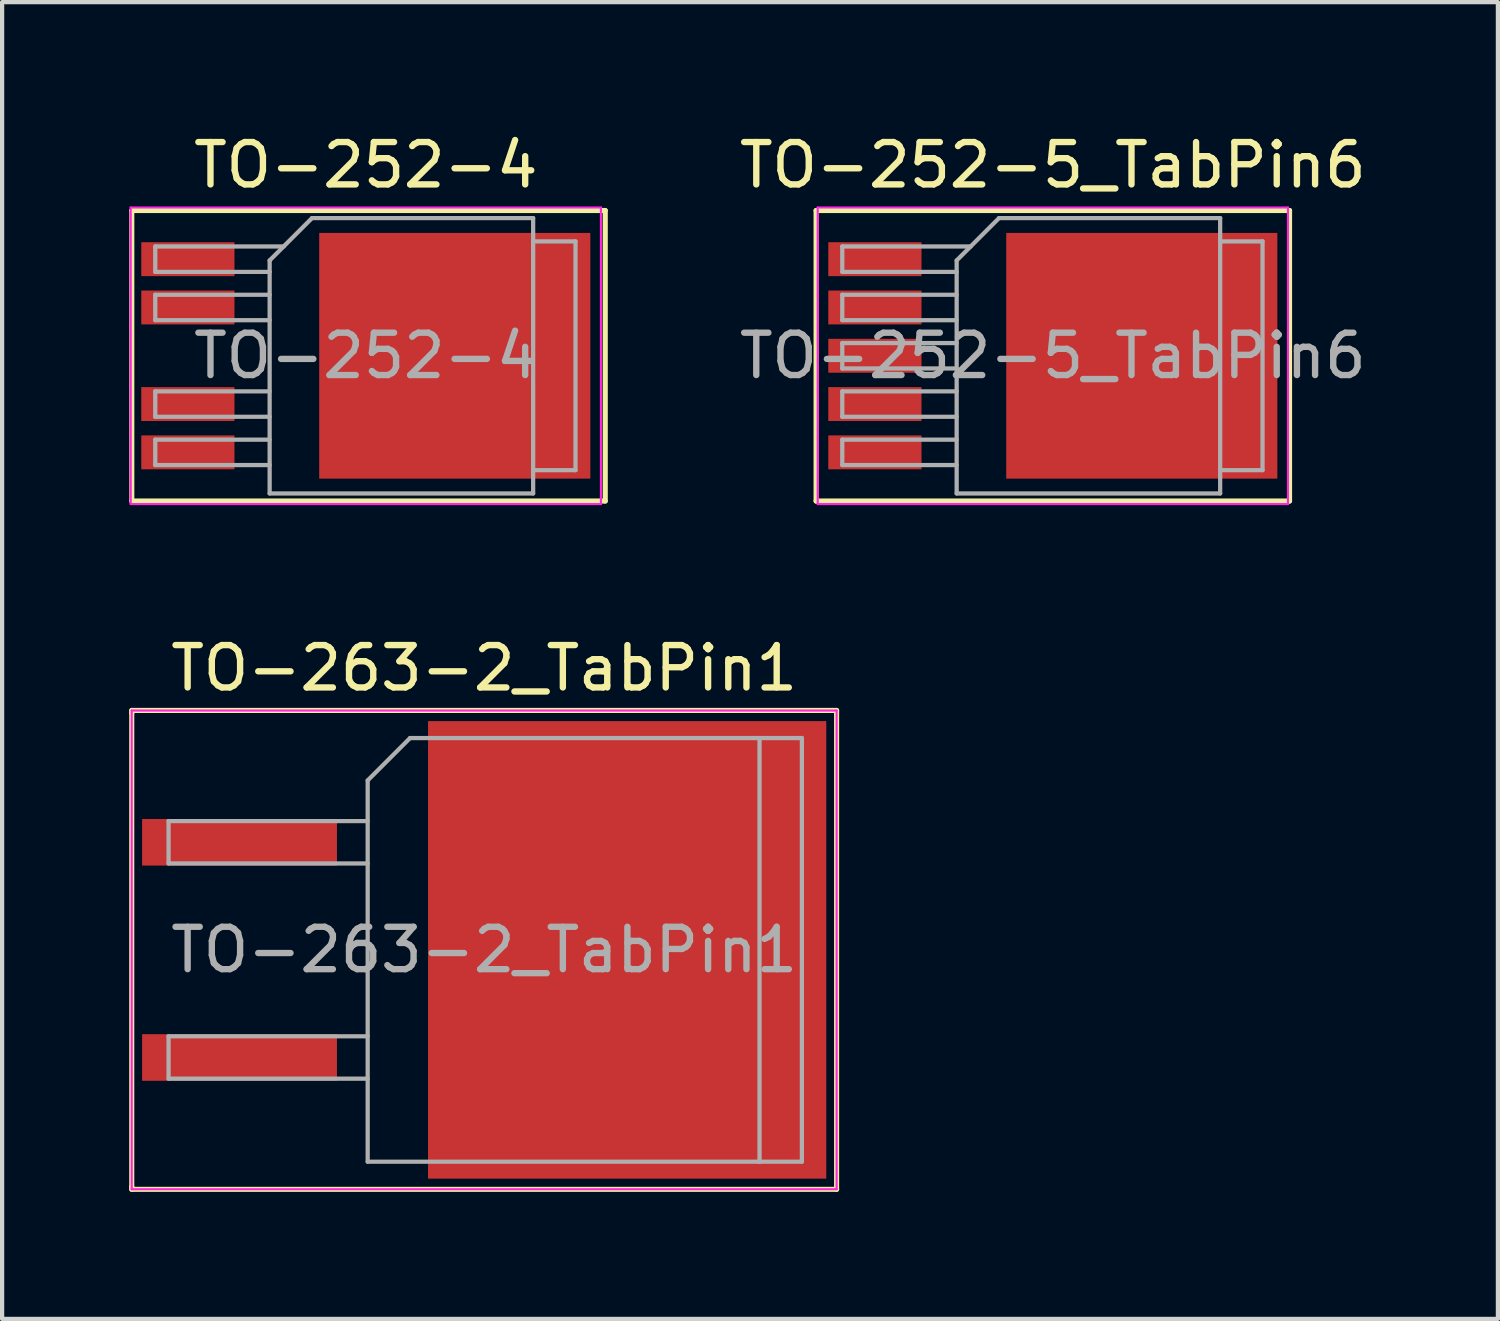
<source format=kicad_pcb>
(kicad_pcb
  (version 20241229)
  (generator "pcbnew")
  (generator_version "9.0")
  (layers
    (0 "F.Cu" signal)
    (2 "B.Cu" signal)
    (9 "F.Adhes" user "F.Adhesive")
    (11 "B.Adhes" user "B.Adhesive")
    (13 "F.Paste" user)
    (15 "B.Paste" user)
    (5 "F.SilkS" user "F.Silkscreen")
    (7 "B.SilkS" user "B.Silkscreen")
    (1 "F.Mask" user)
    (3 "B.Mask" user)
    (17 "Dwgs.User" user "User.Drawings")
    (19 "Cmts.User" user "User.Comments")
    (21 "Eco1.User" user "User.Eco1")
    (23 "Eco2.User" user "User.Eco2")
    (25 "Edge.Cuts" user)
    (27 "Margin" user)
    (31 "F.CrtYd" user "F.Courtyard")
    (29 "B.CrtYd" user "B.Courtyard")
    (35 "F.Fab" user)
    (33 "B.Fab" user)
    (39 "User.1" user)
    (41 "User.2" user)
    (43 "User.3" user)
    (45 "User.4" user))
  (footprint "TO-252-5_TabPin6"
    (layer "F.Cu")
    (at 21.802 5.348)
    (property "Reference" "TO-252-5_TabPin6" (at 0 -4.5 0) (layer "F.SilkS") (effects (font (size 1 1) (thickness 0.15))))
    (attr smd)
    (fp_line (start -5.588 -3.429) (end -5.588 3.429) (stroke (width 0.12) (type solid)) (layer "F.SilkS"))
    (fp_line (start -5.588 3.429) (end 5.588 3.429) (stroke (width 0.12) (type solid)) (layer "F.SilkS"))
    (fp_line (start 5.588 -3.429) (end -5.588 -3.429) (stroke (width 0.12) (type solid)) (layer "F.SilkS"))
    (fp_line (start 5.588 3.429) (end 5.588 -3.429) (stroke (width 0.12) (type solid)) (layer "F.SilkS"))
    (fp_line (start -5.55 -3.5) (end -5.55 3.5) (stroke (width 0.05) (type solid)) (layer "F.CrtYd"))
    (fp_line (start -5.55 3.5) (end 5.55 3.5) (stroke (width 0.05) (type solid)) (layer "F.CrtYd"))
    (fp_line (start 5.55 -3.5) (end -5.55 -3.5) (stroke (width 0.05) (type solid)) (layer "F.CrtYd"))
    (fp_line (start 5.55 3.5) (end 5.55 -3.5) (stroke (width 0.05) (type solid)) (layer "F.CrtYd"))
    (fp_line (start -4.97 -2.58) (end -4.97 -1.98) (stroke (width 0.1) (type solid)) (layer "F.Fab"))
    (fp_line (start -4.97 -1.98) (end -2.27 -1.98) (stroke (width 0.1) (type solid)) (layer "F.Fab"))
    (fp_line (start -4.97 -1.44) (end -4.97 -0.84) (stroke (width 0.1) (type solid)) (layer "F.Fab"))
    (fp_line (start -4.97 -0.84) (end -2.27 -0.84) (stroke (width 0.1) (type solid)) (layer "F.Fab"))
    (fp_line (start -4.97 -0.3) (end -4.97 0.3) (stroke (width 0.1) (type solid)) (layer "F.Fab"))
    (fp_line (start -4.97 0.3) (end -2.27 0.3) (stroke (width 0.1) (type solid)) (layer "F.Fab"))
    (fp_line (start -4.97 0.84) (end -4.97 1.44) (stroke (width 0.1) (type solid)) (layer "F.Fab"))
    (fp_line (start -4.97 1.44) (end -2.27 1.44) (stroke (width 0.1) (type solid)) (layer "F.Fab"))
    (fp_line (start -4.97 1.98) (end -4.97 2.58) (stroke (width 0.1) (type solid)) (layer "F.Fab"))
    (fp_line (start -4.97 2.58) (end -2.27 2.58) (stroke (width 0.1) (type solid)) (layer "F.Fab"))
    (fp_line (start -2.27 -2.25) (end -1.27 -3.25) (stroke (width 0.1) (type solid)) (layer "F.Fab"))
    (fp_line (start -2.27 -1.44) (end -4.97 -1.44) (stroke (width 0.1) (type solid)) (layer "F.Fab"))
    (fp_line (start -2.27 -0.3) (end -4.97 -0.3) (stroke (width 0.1) (type solid)) (layer "F.Fab"))
    (fp_line (start -2.27 0.84) (end -4.97 0.84) (stroke (width 0.1) (type solid)) (layer "F.Fab"))
    (fp_line (start -2.27 1.98) (end -4.97 1.98) (stroke (width 0.1) (type solid)) (layer "F.Fab"))
    (fp_line (start -2.27 3.25) (end -2.27 -2.25) (stroke (width 0.1) (type solid)) (layer "F.Fab"))
    (fp_line (start -1.94 -2.58) (end -4.97 -2.58) (stroke (width 0.1) (type solid)) (layer "F.Fab"))
    (fp_line (start -1.27 -3.25) (end 3.95 -3.25) (stroke (width 0.1) (type solid)) (layer "F.Fab"))
    (fp_line (start 3.95 -3.25) (end 3.95 3.25) (stroke (width 0.1) (type solid)) (layer "F.Fab"))
    (fp_line (start 3.95 -2.7) (end 4.95 -2.7) (stroke (width 0.1) (type solid)) (layer "F.Fab"))
    (fp_line (start 3.95 3.25) (end -2.27 3.25) (stroke (width 0.1) (type solid)) (layer "F.Fab"))
    (fp_line (start 4.95 -2.7) (end 4.95 2.7) (stroke (width 0.1) (type solid)) (layer "F.Fab"))
    (fp_line (start 4.95 2.7) (end 3.95 2.7) (stroke (width 0.1) (type solid)) (layer "F.Fab"))
    (fp_text user "${REFERENCE}" (at 0 0 0) (layer "F.Fab") (effects (font (size 1 1) (thickness 0.15))))
    (pad "" smd rect (at 0.425 -1.525) (size 3.05 2.75) (layers "F.Paste"))
    (pad "" smd rect (at 0.425 1.525) (size 3.05 2.75) (layers "F.Paste"))
    (pad "" smd rect (at 3.775 -1.525) (size 3.05 2.75) (layers "F.Paste"))
    (pad "" smd rect (at 3.775 1.525) (size 3.05 2.75) (layers "F.Paste"))
    (pad "1" smd rect (at -4.2 -2.28) (size 2.2 0.8) (layers "F.Cu" "F.Mask" "F.Paste"))
    (pad "2" smd rect (at -4.2 -1.14) (size 2.2 0.8) (layers "F.Cu" "F.Mask" "F.Paste"))
    (pad "3" smd rect (at -4.2 0) (size 2.2 0.8) (layers "F.Cu" "F.Mask" "F.Paste"))
    (pad "4" smd rect (at -4.2 1.14) (size 2.2 0.8) (layers "F.Cu" "F.Mask" "F.Paste"))
    (pad "5" smd rect (at -4.2 2.28) (size 2.2 0.8) (layers "F.Cu" "F.Mask" "F.Paste"))
    (pad "6" smd rect (at 2.1 0) (size 6.4 5.8) (layers "F.Cu" "F.Mask")))
  (footprint "TO-263-2_TabPin1"
    (layer "F.Cu")
    (at 8.379 19.372)
    (property "Reference" "TO-263-2_TabPin1" (at 0 -6.65 0) (layer "F.SilkS") (effects (font (size 1 1) (thickness 0.15))))
    (attr smd)
    (fp_line (start -8.319 -5.652) (end -8.319 -5.588) (stroke (width 0.12) (type solid)) (layer "F.SilkS"))
    (fp_line (start -8.319 -5.588) (end -8.319 5.588) (stroke (width 0.12) (type solid)) (layer "F.SilkS"))
    (fp_line (start -8.319 5.588) (end -8.319 5.652) (stroke (width 0.12) (type solid)) (layer "F.SilkS"))
    (fp_line (start -8.319 5.652) (end 8.319 5.652) (stroke (width 0.12) (type solid)) (layer "F.SilkS"))
    (fp_line (start 8.319 -5.652) (end -8.319 -5.652) (stroke (width 0.12) (type solid)) (layer "F.SilkS"))
    (fp_line (start 8.319 5.652) (end 8.319 -5.652) (stroke (width 0.12) (type solid)) (layer "F.SilkS"))
    (fp_line (start -8.32 -5.65) (end -8.32 5.65) (stroke (width 0.05) (type solid)) (layer "F.CrtYd"))
    (fp_line (start -8.32 5.65) (end 8.32 5.65) (stroke (width 0.05) (type solid)) (layer "F.CrtYd"))
    (fp_line (start 8.32 -5.65) (end -8.32 -5.65) (stroke (width 0.05) (type solid)) (layer "F.CrtYd"))
    (fp_line (start 8.32 5.65) (end 8.32 -5.65) (stroke (width 0.05) (type solid)) (layer "F.CrtYd"))
    (fp_line (start -7.45 -3.04) (end -7.45 -2.04) (stroke (width 0.1) (type solid)) (layer "F.Fab"))
    (fp_line (start -7.45 -2.04) (end -2.75 -2.04) (stroke (width 0.1) (type solid)) (layer "F.Fab"))
    (fp_line (start -7.45 2.04) (end -7.45 3.04) (stroke (width 0.1) (type solid)) (layer "F.Fab"))
    (fp_line (start -7.45 3.04) (end -2.75 3.04) (stroke (width 0.1) (type solid)) (layer "F.Fab"))
    (fp_line (start -2.75 -4) (end -1.75 -5) (stroke (width 0.1) (type solid)) (layer "F.Fab"))
    (fp_line (start -2.75 -3.04) (end -7.45 -3.04) (stroke (width 0.1) (type solid)) (layer "F.Fab"))
    (fp_line (start -2.75 2.04) (end -7.45 2.04) (stroke (width 0.1) (type solid)) (layer "F.Fab"))
    (fp_line (start -2.75 5) (end -2.75 -4) (stroke (width 0.1) (type solid)) (layer "F.Fab"))
    (fp_line (start -1.75 -5) (end 6.5 -5) (stroke (width 0.1) (type solid)) (layer "F.Fab"))
    (fp_line (start 6.5 -5) (end 6.5 5) (stroke (width 0.1) (type solid)) (layer "F.Fab"))
    (fp_line (start 6.5 -5) (end 7.5 -5) (stroke (width 0.1) (type solid)) (layer "F.Fab"))
    (fp_line (start 6.5 5) (end -2.75 5) (stroke (width 0.1) (type solid)) (layer "F.Fab"))
    (fp_line (start 7.5 -5) (end 7.5 5) (stroke (width 0.1) (type solid)) (layer "F.Fab"))
    (fp_line (start 7.5 5) (end 6.5 5) (stroke (width 0.1) (type solid)) (layer "F.Fab"))
    (fp_text user "${REFERENCE}" (at 0 0 0) (layer "F.Fab") (effects (font (size 1 1) (thickness 0.15))))
    (pad "" smd rect (at 0.95 -2.775) (size 4.55 5.25) (layers "F.Paste"))
    (pad "" smd rect (at 0.95 2.775) (size 4.55 5.25) (layers "F.Paste"))
    (pad "" smd rect (at 5.8 -2.775) (size 4.55 5.25) (layers "F.Paste"))
    (pad "" smd rect (at 5.8 2.775) (size 4.55 5.25) (layers "F.Paste"))
    (pad "1" smd rect (at -5.775 -2.54) (size 4.6 1.1) (layers "F.Cu" "F.Mask" "F.Paste"))
    (pad "1" smd rect (at 3.375 0) (size 9.4 10.8) (layers "F.Cu" "F.Mask"))
    (pad "2" smd rect (at -5.775 2.54) (size 4.6 1.1) (layers "F.Cu" "F.Mask" "F.Paste")))
  (footprint "TO-252-4"
    (layer "F.Cu")
    (at 5.585 5.348)
    (property "Reference" "TO-252-4" (at 0 -4.5 0) (layer "F.SilkS") (effects (font (size 1 1) (thickness 0.15))))
    (attr smd)
    (fp_line (start -5.524 -3.429) (end -5.524 3.429) (stroke (width 0.12) (type solid)) (layer "F.SilkS"))
    (fp_line (start -5.524 3.429) (end 5.652 3.429) (stroke (width 0.12) (type solid)) (layer "F.SilkS"))
    (fp_line (start 5.652 -3.429) (end -5.524 -3.429) (stroke (width 0.12) (type solid)) (layer "F.SilkS"))
    (fp_line (start 5.652 3.429) (end 5.652 -3.429) (stroke (width 0.12) (type solid)) (layer "F.SilkS"))
    (fp_line (start -5.55 -3.5) (end -5.55 3.5) (stroke (width 0.05) (type solid)) (layer "F.CrtYd"))
    (fp_line (start -5.55 3.5) (end 5.55 3.5) (stroke (width 0.05) (type solid)) (layer "F.CrtYd"))
    (fp_line (start 5.55 -3.5) (end -5.55 -3.5) (stroke (width 0.05) (type solid)) (layer "F.CrtYd"))
    (fp_line (start 5.55 3.5) (end 5.55 -3.5) (stroke (width 0.05) (type solid)) (layer "F.CrtYd"))
    (fp_line (start -4.97 -2.58) (end -4.97 -1.98) (stroke (width 0.1) (type solid)) (layer "F.Fab"))
    (fp_line (start -4.97 -1.98) (end -2.27 -1.98) (stroke (width 0.1) (type solid)) (layer "F.Fab"))
    (fp_line (start -4.97 -1.44) (end -4.97 -0.84) (stroke (width 0.1) (type solid)) (layer "F.Fab"))
    (fp_line (start -4.97 -0.84) (end -2.27 -0.84) (stroke (width 0.1) (type solid)) (layer "F.Fab"))
    (fp_line (start -4.97 0.84) (end -4.97 1.44) (stroke (width 0.1) (type solid)) (layer "F.Fab"))
    (fp_line (start -4.97 1.44) (end -2.27 1.44) (stroke (width 0.1) (type solid)) (layer "F.Fab"))
    (fp_line (start -4.97 1.98) (end -4.97 2.58) (stroke (width 0.1) (type solid)) (layer "F.Fab"))
    (fp_line (start -4.97 2.58) (end -2.27 2.58) (stroke (width 0.1) (type solid)) (layer "F.Fab"))
    (fp_line (start -2.27 -2.25) (end -1.27 -3.25) (stroke (width 0.1) (type solid)) (layer "F.Fab"))
    (fp_line (start -2.27 -1.44) (end -4.97 -1.44) (stroke (width 0.1) (type solid)) (layer "F.Fab"))
    (fp_line (start -2.27 0.84) (end -4.97 0.84) (stroke (width 0.1) (type solid)) (layer "F.Fab"))
    (fp_line (start -2.27 1.98) (end -4.97 1.98) (stroke (width 0.1) (type solid)) (layer "F.Fab"))
    (fp_line (start -2.27 3.25) (end -2.27 -2.25) (stroke (width 0.1) (type solid)) (layer "F.Fab"))
    (fp_line (start -1.94 -2.58) (end -4.97 -2.58) (stroke (width 0.1) (type solid)) (layer "F.Fab"))
    (fp_line (start -1.27 -3.25) (end 3.95 -3.25) (stroke (width 0.1) (type solid)) (layer "F.Fab"))
    (fp_line (start 3.95 -3.25) (end 3.95 3.25) (stroke (width 0.1) (type solid)) (layer "F.Fab"))
    (fp_line (start 3.95 -2.7) (end 4.95 -2.7) (stroke (width 0.1) (type solid)) (layer "F.Fab"))
    (fp_line (start 3.95 3.25) (end -2.27 3.25) (stroke (width 0.1) (type solid)) (layer "F.Fab"))
    (fp_line (start 4.95 -2.7) (end 4.95 2.7) (stroke (width 0.1) (type solid)) (layer "F.Fab"))
    (fp_line (start 4.95 2.7) (end 3.95 2.7) (stroke (width 0.1) (type solid)) (layer "F.Fab"))
    (fp_text user "${REFERENCE}" (at 0 0 0) (layer "F.Fab") (effects (font (size 1 1) (thickness 0.15))))
    (pad "" smd rect (at 0.425 -1.525) (size 3.05 2.75) (layers "F.Paste"))
    (pad "" smd rect (at 0.425 1.525) (size 3.05 2.75) (layers "F.Paste"))
    (pad "" smd rect (at 3.775 -1.525) (size 3.05 2.75) (layers "F.Paste"))
    (pad "" smd rect (at 3.775 1.525) (size 3.05 2.75) (layers "F.Paste"))
    (pad "1" smd rect (at -4.2 -2.28) (size 2.2 0.8) (layers "F.Cu" "F.Mask" "F.Paste"))
    (pad "2" smd rect (at -4.2 -1.14) (size 2.2 0.8) (layers "F.Cu" "F.Mask" "F.Paste"))
    (pad "3" smd rect (at 2.1 0) (size 6.4 5.8) (layers "F.Cu" "F.Mask"))
    (pad "4" smd rect (at -4.2 1.14) (size 2.2 0.8) (layers "F.Cu" "F.Mask" "F.Paste"))
    (pad "5" smd rect (at -4.2 2.28) (size 2.2 0.8) (layers "F.Cu" "F.Mask" "F.Paste")))
  (gr_rect
    (start -3 -3)
    (end 32.308 28.083)
    (stroke (width 0.1) (type default))
    (fill no)
    (layer "Edge.Cuts")))
</source>
